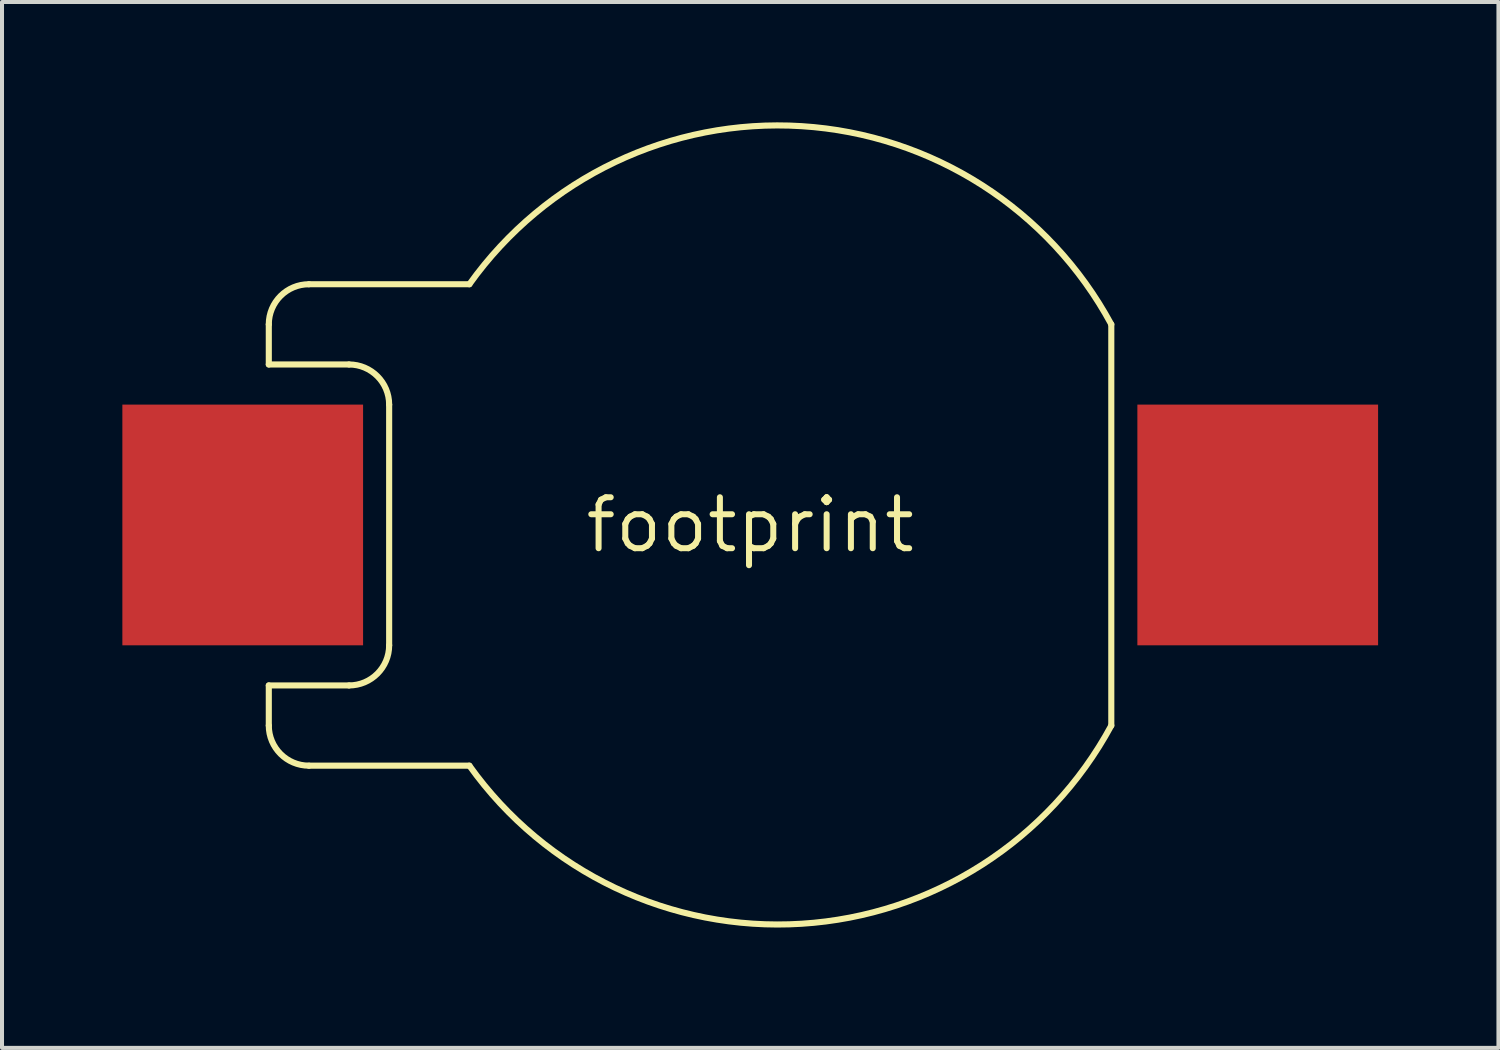
<source format=kicad_pcb>
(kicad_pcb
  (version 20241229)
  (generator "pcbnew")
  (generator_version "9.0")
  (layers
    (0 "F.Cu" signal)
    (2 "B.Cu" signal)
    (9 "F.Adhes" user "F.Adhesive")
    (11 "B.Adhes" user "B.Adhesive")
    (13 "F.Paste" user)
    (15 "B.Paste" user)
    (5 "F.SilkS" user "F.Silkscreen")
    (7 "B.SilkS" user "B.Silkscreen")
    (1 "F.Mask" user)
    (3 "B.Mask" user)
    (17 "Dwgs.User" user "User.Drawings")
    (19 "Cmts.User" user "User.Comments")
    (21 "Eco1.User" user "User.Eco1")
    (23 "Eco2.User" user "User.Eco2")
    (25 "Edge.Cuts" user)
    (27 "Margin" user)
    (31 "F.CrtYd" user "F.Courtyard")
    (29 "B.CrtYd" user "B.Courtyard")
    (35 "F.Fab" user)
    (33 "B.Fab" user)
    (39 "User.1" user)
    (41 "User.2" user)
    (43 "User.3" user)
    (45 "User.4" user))
  (footprint "footprint"
    (layer "F.Cu")
    (at 15.65 10.035)
    (property "Reference" "footprint" (at 0 0 0) (layer "F.SilkS") (effects (font (size 1.27 1.27) (thickness 0.15))))
    (fp_line (start -12 -4) (end -12 -5) (stroke (width 0.152) (type solid)) (layer "F.SilkS"))
    (fp_line (start -12 4) (end -12 5) (stroke (width 0.152) (type solid)) (layer "F.SilkS"))
    (fp_line (start -11 -6) (end -7 -6) (stroke (width 0.152) (type solid)) (layer "F.SilkS"))
    (fp_line (start -11 6) (end -7 6) (stroke (width 0.152) (type solid)) (layer "F.SilkS"))
    (fp_line (start -10 -4) (end -12 -4) (stroke (width 0.152) (type solid)) (layer "F.SilkS"))
    (fp_line (start -10 4) (end -12 4) (stroke (width 0.152) (type solid)) (layer "F.SilkS"))
    (fp_line (start -9 3) (end -9 -3) (stroke (width 0.152) (type solid)) (layer "F.SilkS"))
    (fp_line (start 9 -5) (end 9 5) (stroke (width 0.152) (type solid)) (layer "F.SilkS"))
    (fp_arc (start -12 -5) (mid -11.707107 -5.707107) (end -11 -6) (stroke (width 0.1524) (type solid)) (layer "F.SilkS"))
    (fp_arc (start -11 6) (mid -11.707107 5.707107) (end -12 5) (stroke (width 0.1524) (type solid)) (layer "F.SilkS"))
    (fp_arc (start -10 -4) (mid -9.292893 -3.707107) (end -9 -3) (stroke (width 0.1524) (type solid)) (layer "F.SilkS"))
    (fp_arc (start -9 3) (mid -9.292893 3.707107) (end -10 4) (stroke (width 0.1524) (type solid)) (layer "F.SilkS"))
    (fp_arc (start -7 -6) (mid 1.277536 -9.940576) (end 9 -4.999999) (stroke (width 0.1524) (type solid)) (layer "F.SilkS"))
    (fp_arc (start 9 4.999999) (mid 1.277536 9.940576) (end -7 6) (stroke (width 0.1524) (type solid)) (layer "F.SilkS"))
    (pad "DATA" smd rect (at 12.65 0) (size 6 6) (layers "F.Cu" "F.Mask" "F.Paste"))
    (pad "GND" smd rect (at -12.65 0) (size 6 6) (layers "F.Cu" "F.Mask" "F.Paste")))
  (gr_rect
    (start -3 -3)
    (end 34.3 23.07)
    (stroke (width 0.1) (type default))
    (fill no)
    (layer "Edge.Cuts")))
</source>
